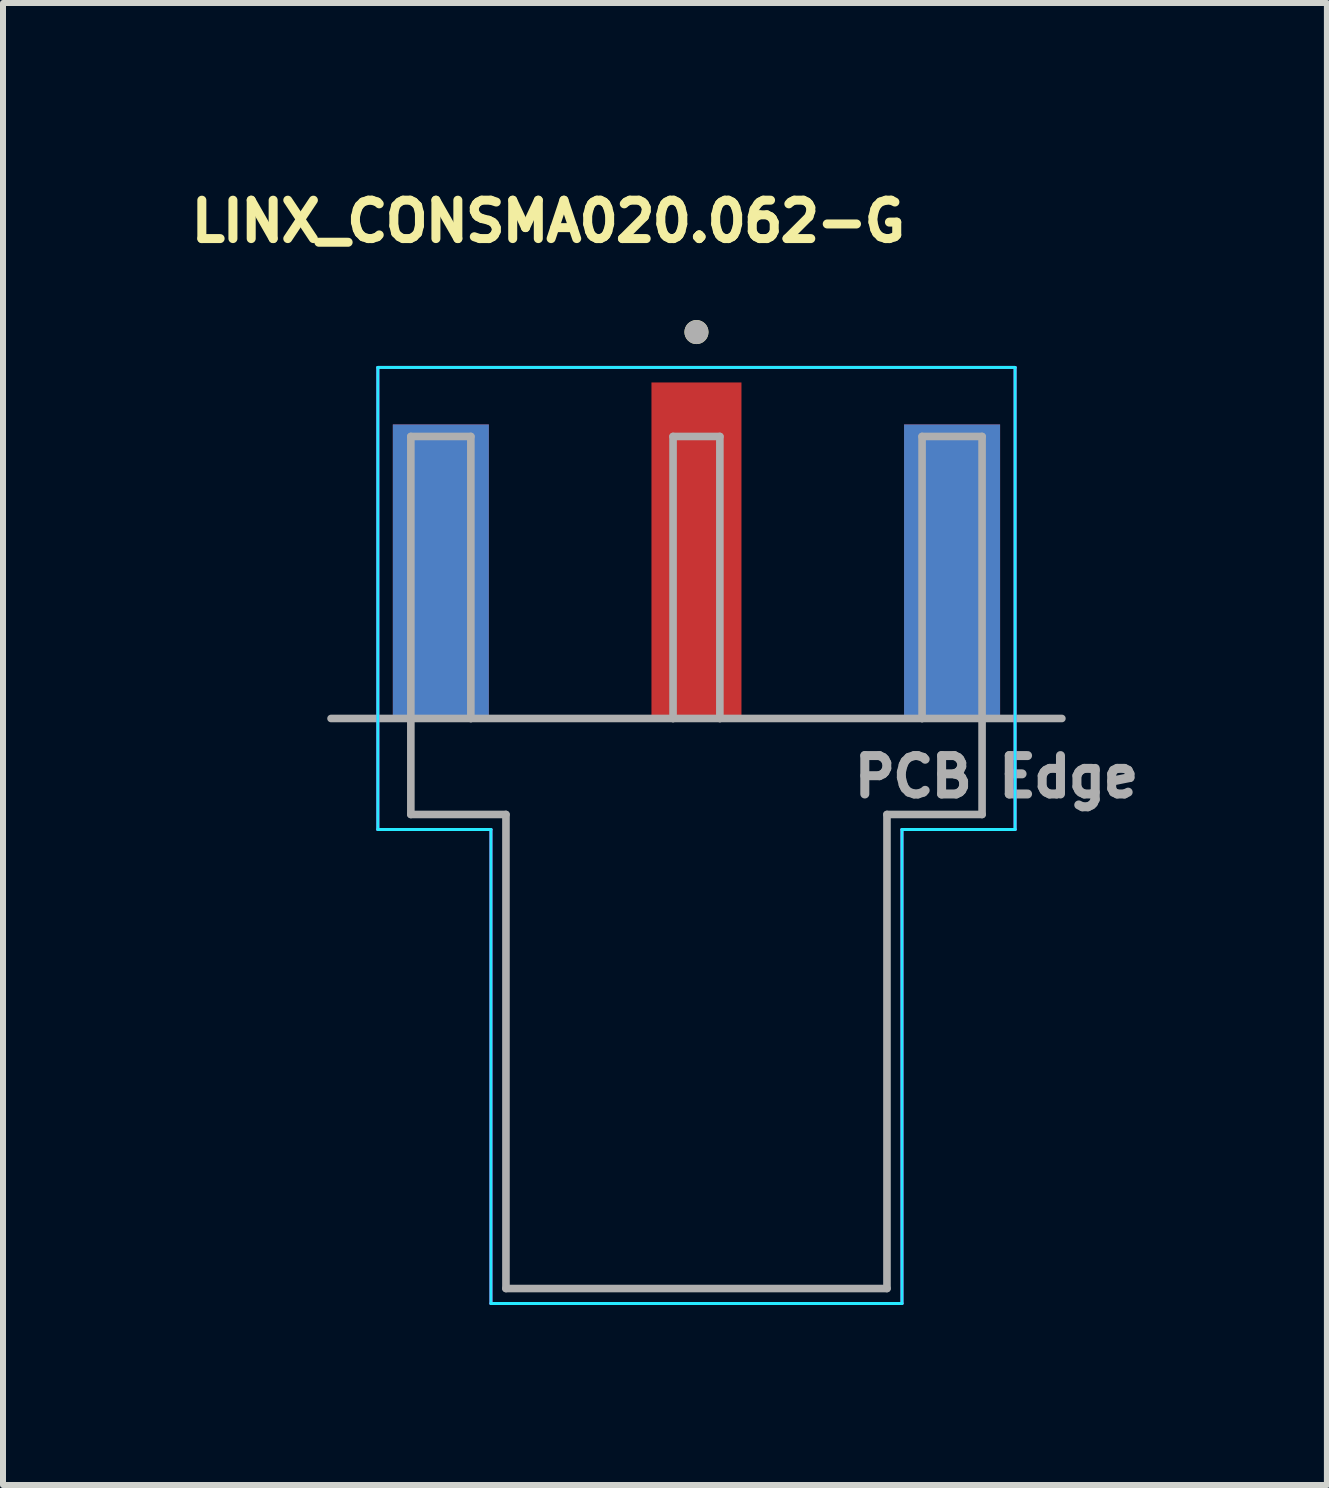
<source format=kicad_pcb>
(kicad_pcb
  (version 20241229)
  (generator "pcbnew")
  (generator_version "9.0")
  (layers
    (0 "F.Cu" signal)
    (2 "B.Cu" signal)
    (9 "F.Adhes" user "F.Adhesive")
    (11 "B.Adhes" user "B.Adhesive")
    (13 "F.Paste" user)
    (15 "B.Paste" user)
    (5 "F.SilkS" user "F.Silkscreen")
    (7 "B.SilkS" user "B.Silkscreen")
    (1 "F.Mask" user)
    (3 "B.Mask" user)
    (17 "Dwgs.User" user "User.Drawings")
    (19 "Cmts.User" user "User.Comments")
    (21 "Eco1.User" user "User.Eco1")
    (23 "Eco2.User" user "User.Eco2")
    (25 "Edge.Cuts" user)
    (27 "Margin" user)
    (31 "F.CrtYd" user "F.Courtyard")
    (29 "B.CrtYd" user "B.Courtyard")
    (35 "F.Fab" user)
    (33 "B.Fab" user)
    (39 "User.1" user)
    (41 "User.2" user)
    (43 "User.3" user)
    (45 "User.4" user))
  (footprint "LINX_CONSMA020.062-G"
    (layer "F.Cu")
    (at 8.557 8.924)
    (property "Reference" "LINX_CONSMA020.062-G" (at -2.468 -8.286 0) (layer "F.SilkS") (effects (font (size 0.64 0.64) (thickness 0.15))))
    (attr smd)
    (fp_circle (center 0 -6.44) (end 0.1 -6.44) (stroke (width 0.2) (type solid)) (fill no) (layer "F.SilkS"))
    (fp_line (start -5.31 -5.85) (end -5.31 1.85) (stroke (width 0.05) (type solid)) (layer "B.CrtYd"))
    (fp_line (start -5.31 1.85) (end -3.425 1.85) (stroke (width 0.05) (type solid)) (layer "B.CrtYd"))
    (fp_line (start -3.425 1.85) (end -3.425 9.75) (stroke (width 0.05) (type solid)) (layer "B.CrtYd"))
    (fp_line (start -3.425 9.75) (end 3.425 9.75) (stroke (width 0.05) (type solid)) (layer "B.CrtYd"))
    (fp_line (start 3.425 1.85) (end 3.425 9.75) (stroke (width 0.05) (type solid)) (layer "B.CrtYd"))
    (fp_line (start 5.31 -5.85) (end -5.31 -5.85) (stroke (width 0.05) (type solid)) (layer "B.CrtYd"))
    (fp_line (start 5.31 1.85) (end 3.425 1.85) (stroke (width 0.05) (type solid)) (layer "B.CrtYd"))
    (fp_line (start 5.31 1.85) (end 5.31 -5.85) (stroke (width 0.05) (type solid)) (layer "B.CrtYd"))
    (fp_line (start -5.31 -5.85) (end -5.31 1.85) (stroke (width 0.05) (type solid)) (layer "F.CrtYd"))
    (fp_line (start -5.31 1.85) (end -3.425 1.85) (stroke (width 0.05) (type solid)) (layer "F.CrtYd"))
    (fp_line (start -3.425 1.85) (end -3.425 9.75) (stroke (width 0.05) (type solid)) (layer "F.CrtYd"))
    (fp_line (start -3.425 9.75) (end 3.425 9.75) (stroke (width 0.05) (type solid)) (layer "F.CrtYd"))
    (fp_line (start 3.425 1.85) (end 3.425 9.75) (stroke (width 0.05) (type solid)) (layer "F.CrtYd"))
    (fp_line (start 5.31 -5.85) (end -5.31 -5.85) (stroke (width 0.05) (type solid)) (layer "F.CrtYd"))
    (fp_line (start 5.31 1.85) (end 3.425 1.85) (stroke (width 0.05) (type solid)) (layer "F.CrtYd"))
    (fp_line (start 5.31 1.85) (end 5.31 -5.85) (stroke (width 0.05) (type solid)) (layer "F.CrtYd"))
    (fp_line (start -6.09 0) (end -4.76 0) (stroke (width 0.127) (type solid)) (layer "F.Fab"))
    (fp_line (start -4.76 -4.7) (end -4.76 0) (stroke (width 0.127) (type solid)) (layer "F.Fab"))
    (fp_line (start -4.76 0) (end -3.76 0) (stroke (width 0.127) (type solid)) (layer "F.Fab"))
    (fp_line (start -4.76 1.6) (end -4.76 0) (stroke (width 0.127) (type solid)) (layer "F.Fab"))
    (fp_line (start -3.76 -4.7) (end -4.76 -4.7) (stroke (width 0.127) (type solid)) (layer "F.Fab"))
    (fp_line (start -3.76 0) (end -3.76 -4.7) (stroke (width 0.127) (type solid)) (layer "F.Fab"))
    (fp_line (start -3.76 0) (end -0.39 0) (stroke (width 0.127) (type solid)) (layer "F.Fab"))
    (fp_line (start -3.175 1.6) (end -4.76 1.6) (stroke (width 0.127) (type solid)) (layer "F.Fab"))
    (fp_line (start -3.175 1.6) (end -3.175 9.5) (stroke (width 0.127) (type solid)) (layer "F.Fab"))
    (fp_line (start -3.175 9.5) (end 3.175 9.5) (stroke (width 0.127) (type solid)) (layer "F.Fab"))
    (fp_line (start -0.39 -4.7) (end 0.39 -4.7) (stroke (width 0.127) (type solid)) (layer "F.Fab"))
    (fp_line (start -0.39 0) (end -0.39 -4.7) (stroke (width 0.127) (type solid)) (layer "F.Fab"))
    (fp_line (start -0.39 0) (end 0.39 0) (stroke (width 0.127) (type solid)) (layer "F.Fab"))
    (fp_line (start 0.39 -4.7) (end 0.39 0) (stroke (width 0.127) (type solid)) (layer "F.Fab"))
    (fp_line (start 0.39 0) (end 3.76 0) (stroke (width 0.127) (type solid)) (layer "F.Fab"))
    (fp_line (start 3.175 9.5) (end 3.175 1.6) (stroke (width 0.127) (type solid)) (layer "F.Fab"))
    (fp_line (start 3.76 -4.7) (end 4.76 -4.7) (stroke (width 0.127) (type solid)) (layer "F.Fab"))
    (fp_line (start 3.76 0) (end 3.76 -4.7) (stroke (width 0.127) (type solid)) (layer "F.Fab"))
    (fp_line (start 3.76 0) (end 4.76 0) (stroke (width 0.127) (type solid)) (layer "F.Fab"))
    (fp_line (start 4.76 -4.7) (end 4.76 0) (stroke (width 0.127) (type solid)) (layer "F.Fab"))
    (fp_line (start 4.76 0) (end 4.76 1.6) (stroke (width 0.127) (type solid)) (layer "F.Fab"))
    (fp_line (start 4.76 0) (end 6.09 0) (stroke (width 0.127) (type solid)) (layer "F.Fab"))
    (fp_line (start 4.76 1.6) (end 3.175 1.6) (stroke (width 0.127) (type solid)) (layer "F.Fab"))
    (fp_circle (center 0 -6.44) (end 0.1 -6.44) (stroke (width 0.2) (type solid)) (fill no) (layer "F.Fab"))
    (fp_text user "PCB Edge" (at 5 0.97 0) (layer "F.Fab") (effects (font (size 0.64 0.64) (thickness 0.15))))
    (pad "1" smd rect (at 0 -2.8) (size 1.5 5.6) (layers "F.Cu" "F.Mask" "F.Paste"))
    (pad "S1" smd rect (at -4.26 -2.45) (size 1.6 4.9) (layers "F.Cu" "F.Mask" "F.Paste"))
    (pad "S2" smd rect (at 4.26 -2.45) (size 1.6 4.9) (layers "F.Cu" "F.Mask" "F.Paste"))
    (pad "S3" smd rect (at -4.26 -2.45) (size 1.6 4.9) (layers "B.Cu" "B.Mask" "B.Paste"))
    (pad "S4" smd rect (at 4.26 -2.45) (size 1.6 4.9) (layers "B.Cu" "B.Mask" "B.Paste")))
  (gr_rect
    (start -3 -3)
    (end 19.064 21.699)
    (stroke (width 0.1) (type default))
    (fill no)
    (layer "Edge.Cuts")))
</source>
